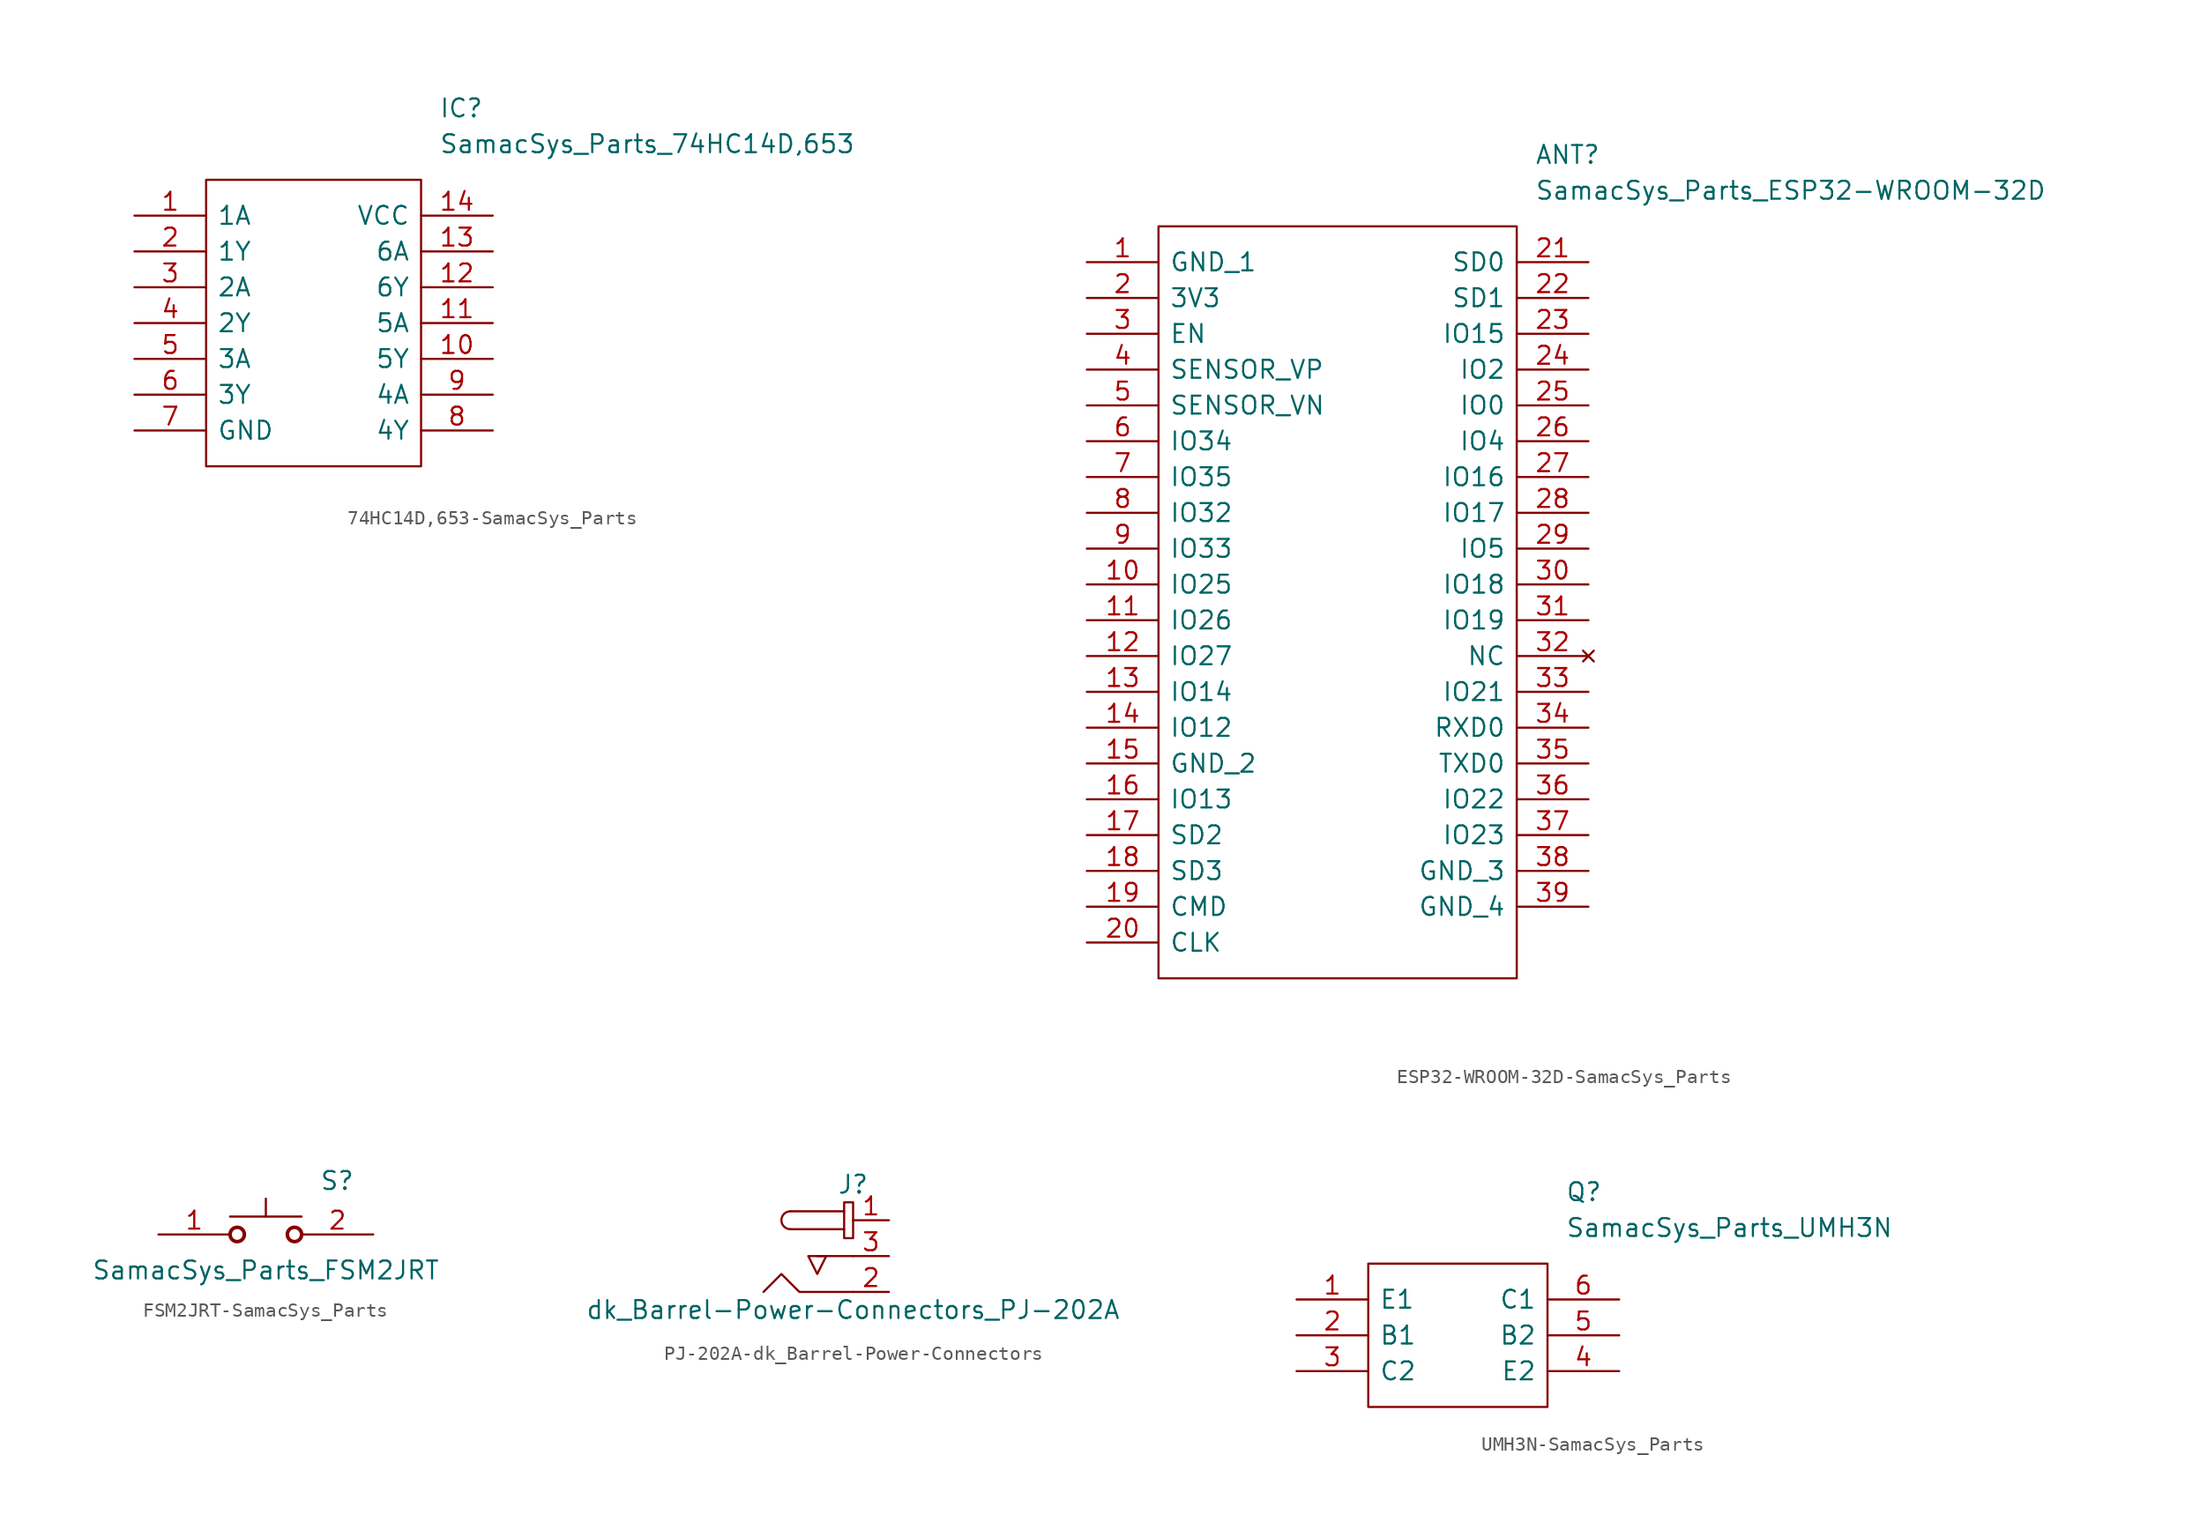
<source format=kicad_sym>
(kicad_symbol_lib
  (version 20220914)
  (generator kicad_symbol_editor)
  (symbol "74HC14D,653-SamacSys_Parts"
    (pin_names
      (offset 0.762))
    (property "Reference" "IC"
      (at 21.59 7.62 0)
      (effects (font (size 1.27 1.27)) (justify left)))
    (property "Value" "SamacSys_Parts_74HC14D,653"
      (at 21.59 5.08 0)
      (effects (font (size 1.27 1.27)) (justify left)))
    (symbol "74HC14D,653-SamacSys_Parts_0_0"
      (pin passive line (at 0 0 0) (length 5.08) (name "1A" (effects (font (size 1.27 1.27)))) (number "1" (effects (font (size 1.27 1.27)))))
      (pin passive line (at 25.4 -10.16 180) (length 5.08) (name "5Y" (effects (font (size 1.27 1.27)))) (number "10" (effects (font (size 1.27 1.27)))))
      (pin passive line (at 25.4 -7.62 180) (length 5.08) (name "5A" (effects (font (size 1.27 1.27)))) (number "11" (effects (font (size 1.27 1.27)))))
      (pin passive line (at 25.4 -5.08 180) (length 5.08) (name "6Y" (effects (font (size 1.27 1.27)))) (number "12" (effects (font (size 1.27 1.27)))))
      (pin passive line (at 25.4 -2.54 180) (length 5.08) (name "6A" (effects (font (size 1.27 1.27)))) (number "13" (effects (font (size 1.27 1.27)))))
      (pin passive line (at 25.4 0 180) (length 5.08) (name "VCC" (effects (font (size 1.27 1.27)))) (number "14" (effects (font (size 1.27 1.27)))))
      (pin passive line (at 0 -2.54 0) (length 5.08) (name "1Y" (effects (font (size 1.27 1.27)))) (number "2" (effects (font (size 1.27 1.27)))))
      (pin passive line (at 0 -5.08 0) (length 5.08) (name "2A" (effects (font (size 1.27 1.27)))) (number "3" (effects (font (size 1.27 1.27)))))
      (pin passive line (at 0 -7.62 0) (length 5.08) (name "2Y" (effects (font (size 1.27 1.27)))) (number "4" (effects (font (size 1.27 1.27)))))
      (pin passive line (at 0 -10.16 0) (length 5.08) (name "3A" (effects (font (size 1.27 1.27)))) (number "5" (effects (font (size 1.27 1.27)))))
      (pin passive line (at 0 -12.7 0) (length 5.08) (name "3Y" (effects (font (size 1.27 1.27)))) (number "6" (effects (font (size 1.27 1.27)))))
      (pin passive line (at 0 -15.24 0) (length 5.08) (name "GND" (effects (font (size 1.27 1.27)))) (number "7" (effects (font (size 1.27 1.27)))))
      (pin passive line (at 25.4 -15.24 180) (length 5.08) (name "4Y" (effects (font (size 1.27 1.27)))) (number "8" (effects (font (size 1.27 1.27)))))
      (pin passive line (at 25.4 -12.7 180) (length 5.08) (name "4A" (effects (font (size 1.27 1.27)))) (number "9" (effects (font (size 1.27 1.27))))))
    (symbol "74HC14D,653-SamacSys_Parts_0_1"
      (polyline (pts (xy 5.08 2.54) (xy 20.32 2.54) (xy 20.32 -17.78) (xy 5.08 -17.78) (xy 5.08 2.54)) (stroke (width 0.152) (type solid)) (fill (type none)))))
  (symbol "ESP32-WROOM-32D-SamacSys_Parts"
    (pin_names
      (offset 0.762))
    (property "Reference" "ANT"
      (at 31.75 7.62 0)
      (effects (font (size 1.27 1.27)) (justify left)))
    (property "Value" "SamacSys_Parts_ESP32-WROOM-32D"
      (at 31.75 5.08 0)
      (effects (font (size 1.27 1.27)) (justify left)))
    (symbol "ESP32-WROOM-32D-SamacSys_Parts_0_0"
      (pin passive line (at 0 0 0) (length 5.08) (name "GND_1" (effects (font (size 1.27 1.27)))) (number "1" (effects (font (size 1.27 1.27)))))
      (pin passive line (at 0 -22.86 0) (length 5.08) (name "IO25" (effects (font (size 1.27 1.27)))) (number "10" (effects (font (size 1.27 1.27)))))
      (pin passive line (at 0 -25.4 0) (length 5.08) (name "IO26" (effects (font (size 1.27 1.27)))) (number "11" (effects (font (size 1.27 1.27)))))
      (pin passive line (at 0 -27.94 0) (length 5.08) (name "IO27" (effects (font (size 1.27 1.27)))) (number "12" (effects (font (size 1.27 1.27)))))
      (pin passive line (at 0 -30.48 0) (length 5.08) (name "IO14" (effects (font (size 1.27 1.27)))) (number "13" (effects (font (size 1.27 1.27)))))
      (pin passive line (at 0 -33.02 0) (length 5.08) (name "IO12" (effects (font (size 1.27 1.27)))) (number "14" (effects (font (size 1.27 1.27)))))
      (pin passive line (at 0 -35.56 0) (length 5.08) (name "GND_2" (effects (font (size 1.27 1.27)))) (number "15" (effects (font (size 1.27 1.27)))))
      (pin passive line (at 0 -38.1 0) (length 5.08) (name "IO13" (effects (font (size 1.27 1.27)))) (number "16" (effects (font (size 1.27 1.27)))))
      (pin passive line (at 0 -40.64 0) (length 5.08) (name "SD2" (effects (font (size 1.27 1.27)))) (number "17" (effects (font (size 1.27 1.27)))))
      (pin passive line (at 0 -43.18 0) (length 5.08) (name "SD3" (effects (font (size 1.27 1.27)))) (number "18" (effects (font (size 1.27 1.27)))))
      (pin passive line (at 0 -45.72 0) (length 5.08) (name "CMD" (effects (font (size 1.27 1.27)))) (number "19" (effects (font (size 1.27 1.27)))))
      (pin passive line (at 0 -2.54 0) (length 5.08) (name "3V3" (effects (font (size 1.27 1.27)))) (number "2" (effects (font (size 1.27 1.27)))))
      (pin passive line (at 0 -48.26 0) (length 5.08) (name "CLK" (effects (font (size 1.27 1.27)))) (number "20" (effects (font (size 1.27 1.27)))))
      (pin passive line (at 35.56 0 180) (length 5.08) (name "SD0" (effects (font (size 1.27 1.27)))) (number "21" (effects (font (size 1.27 1.27)))))
      (pin passive line (at 35.56 -2.54 180) (length 5.08) (name "SD1" (effects (font (size 1.27 1.27)))) (number "22" (effects (font (size 1.27 1.27)))))
      (pin passive line (at 35.56 -5.08 180) (length 5.08) (name "IO15" (effects (font (size 1.27 1.27)))) (number "23" (effects (font (size 1.27 1.27)))))
      (pin passive line (at 35.56 -7.62 180) (length 5.08) (name "IO2" (effects (font (size 1.27 1.27)))) (number "24" (effects (font (size 1.27 1.27)))))
      (pin passive line (at 35.56 -10.16 180) (length 5.08) (name "IO0" (effects (font (size 1.27 1.27)))) (number "25" (effects (font (size 1.27 1.27)))))
      (pin passive line (at 35.56 -12.7 180) (length 5.08) (name "IO4" (effects (font (size 1.27 1.27)))) (number "26" (effects (font (size 1.27 1.27)))))
      (pin passive line (at 35.56 -15.24 180) (length 5.08) (name "IO16" (effects (font (size 1.27 1.27)))) (number "27" (effects (font (size 1.27 1.27)))))
      (pin passive line (at 35.56 -17.78 180) (length 5.08) (name "IO17" (effects (font (size 1.27 1.27)))) (number "28" (effects (font (size 1.27 1.27)))))
      (pin passive line (at 35.56 -20.32 180) (length 5.08) (name "IO5" (effects (font (size 1.27 1.27)))) (number "29" (effects (font (size 1.27 1.27)))))
      (pin passive line (at 0 -5.08 0) (length 5.08) (name "EN" (effects (font (size 1.27 1.27)))) (number "3" (effects (font (size 1.27 1.27)))))
      (pin passive line (at 35.56 -22.86 180) (length 5.08) (name "IO18" (effects (font (size 1.27 1.27)))) (number "30" (effects (font (size 1.27 1.27)))))
      (pin passive line (at 35.56 -25.4 180) (length 5.08) (name "IO19" (effects (font (size 1.27 1.27)))) (number "31" (effects (font (size 1.27 1.27)))))
      (pin no_connect line (at 35.56 -27.94 180) (length 5.08) (name "NC" (effects (font (size 1.27 1.27)))) (number "32" (effects (font (size 1.27 1.27)))))
      (pin passive line (at 35.56 -30.48 180) (length 5.08) (name "IO21" (effects (font (size 1.27 1.27)))) (number "33" (effects (font (size 1.27 1.27)))))
      (pin passive line (at 35.56 -33.02 180) (length 5.08) (name "RXD0" (effects (font (size 1.27 1.27)))) (number "34" (effects (font (size 1.27 1.27)))))
      (pin passive line (at 35.56 -35.56 180) (length 5.08) (name "TXD0" (effects (font (size 1.27 1.27)))) (number "35" (effects (font (size 1.27 1.27)))))
      (pin passive line (at 35.56 -38.1 180) (length 5.08) (name "IO22" (effects (font (size 1.27 1.27)))) (number "36" (effects (font (size 1.27 1.27)))))
      (pin passive line (at 35.56 -40.64 180) (length 5.08) (name "IO23" (effects (font (size 1.27 1.27)))) (number "37" (effects (font (size 1.27 1.27)))))
      (pin passive line (at 35.56 -43.18 180) (length 5.08) (name "GND_3" (effects (font (size 1.27 1.27)))) (number "38" (effects (font (size 1.27 1.27)))))
      (pin passive line (at 35.56 -45.72 180) (length 5.08) (name "GND_4" (effects (font (size 1.27 1.27)))) (number "39" (effects (font (size 1.27 1.27)))))
      (pin passive line (at 0 -7.62 0) (length 5.08) (name "SENSOR_VP" (effects (font (size 1.27 1.27)))) (number "4" (effects (font (size 1.27 1.27)))))
      (pin passive line (at 0 -10.16 0) (length 5.08) (name "SENSOR_VN" (effects (font (size 1.27 1.27)))) (number "5" (effects (font (size 1.27 1.27)))))
      (pin passive line (at 0 -12.7 0) (length 5.08) (name "IO34" (effects (font (size 1.27 1.27)))) (number "6" (effects (font (size 1.27 1.27)))))
      (pin passive line (at 0 -15.24 0) (length 5.08) (name "IO35" (effects (font (size 1.27 1.27)))) (number "7" (effects (font (size 1.27 1.27)))))
      (pin passive line (at 0 -17.78 0) (length 5.08) (name "IO32" (effects (font (size 1.27 1.27)))) (number "8" (effects (font (size 1.27 1.27)))))
      (pin passive line (at 0 -20.32 0) (length 5.08) (name "IO33" (effects (font (size 1.27 1.27)))) (number "9" (effects (font (size 1.27 1.27))))))
    (symbol "ESP32-WROOM-32D-SamacSys_Parts_0_1"
      (polyline (pts (xy 5.08 2.54) (xy 30.48 2.54) (xy 30.48 -50.8) (xy 5.08 -50.8) (xy 5.08 2.54)) (stroke (width 0.152) (type solid)) (fill (type none)))))
  (symbol "FSM2JRT-SamacSys_Parts"
    (pin_names
      (offset 0.762))
    (property "Reference" "S"
      (at 11.43 3.81 0)
      (effects (font (size 1.27 1.27)) (justify left)))
    (property "Value" "SamacSys_Parts_FSM2JRT"
      (at 7.62 -2.54 0)
      (effects (font (size 1.27 1.27))))
    (symbol "FSM2JRT-SamacSys_Parts_0_0"
      (pin passive line (at 0 0 0) (length 5.08) (name "~" (effects (font (size 1.27 1.27)))) (number "1" (effects (font (size 1.27 1.27)))))
      (pin passive line (at 15.24 0 180) (length 5.08) (name "~" (effects (font (size 1.27 1.27)))) (number "2" (effects (font (size 1.27 1.27))))))
    (symbol "FSM2JRT-SamacSys_Parts_0_1"
      (polyline (pts (xy 5.08 1.27) (xy 10.16 1.27)) (stroke (width 0.152) (type solid)) (fill (type none)))
      (polyline (pts (xy 7.62 1.27) (xy 7.62 2.54)) (stroke (width 0.152) (type solid)) (fill (type none)))
      (circle (center 5.588 0) (radius 0.508) (stroke (width 0.254) (type solid)) (fill (type none)))
      (circle (center 9.652 0) (radius 0.508) (stroke (width 0.254) (type solid)) (fill (type none)))))
  (symbol "PJ-202A-dk_Barrel-Power-Connectors"
    (pin_names
      (offset 1.016))
    (property "Reference" "J"
      (at 0 2.54 0)
      (effects (font (size 1.27 1.27))))
    (property "Value" "dk_Barrel-Power-Connectors_PJ-202A"
      (at 0 -6.35 0)
      (effects (font (size 1.27 1.27))))
    (symbol "PJ-202A-dk_Barrel-Power-Connectors_1_1"
      (arc (start -4.445 0.635) (mid -5.08 0) (end -4.445 -0.635) (stroke (width 0) (type solid)) (fill (type none)))
      (rectangle (start -0.635 1.27) (end 0 -1.27) (stroke (width 0) (type solid)) (fill (type none)))
      (polyline (pts (xy -0.635 -0.635) (xy -4.445 -0.635)) (stroke (width 0) (type solid)) (fill (type none)))
      (polyline (pts (xy -0.635 0.635) (xy -4.445 0.635)) (stroke (width 0) (type solid)) (fill (type none)))
      (polyline (pts (xy 0 -2.54) (xy -1.27 -2.54) (xy -2.54 -2.54)) (stroke (width 0) (type solid)) (fill (type none)))
      (polyline (pts (xy 0 -5.08) (xy -3.81 -5.08) (xy -5.08 -3.81) (xy -6.35 -5.08)) (stroke (width 0) (type solid)) (fill (type none)))
      (polyline (pts (xy -2.54 -2.54) (xy -3.175 -2.54) (xy -2.54 -3.81) (xy -1.905 -2.54) (xy -2.54 -2.54)) (stroke (width 0) (type solid)) (fill (type none)))
      (pin passive line (at 2.54 0 180) (length 2.54) (name "~" (effects (font (size 1.27 1.27)))) (number "1" (effects (font (size 1.27 1.27)))))
      (pin passive line (at 2.54 -5.08 180) (length 2.54) (name "~" (effects (font (size 1.27 1.27)))) (number "2" (effects (font (size 1.27 1.27)))))
      (pin passive line (at 2.54 -2.54 180) (length 2.54) (name "~" (effects (font (size 1.27 1.27)))) (number "3" (effects (font (size 1.27 1.27)))))))
  (symbol "UMH3N-SamacSys_Parts"
    (pin_names
      (offset 0.762))
    (property "Reference" "Q"
      (at 19.05 7.62 0)
      (effects (font (size 1.27 1.27)) (justify left)))
    (property "Value" "SamacSys_Parts_UMH3N"
      (at 19.05 5.08 0)
      (effects (font (size 1.27 1.27)) (justify left)))
    (symbol "UMH3N-SamacSys_Parts_0_0"
      (pin passive line (at 0 0 0) (length 5.08) (name "E1" (effects (font (size 1.27 1.27)))) (number "1" (effects (font (size 1.27 1.27)))))
      (pin passive line (at 0 -2.54 0) (length 5.08) (name "B1" (effects (font (size 1.27 1.27)))) (number "2" (effects (font (size 1.27 1.27)))))
      (pin passive line (at 0 -5.08 0) (length 5.08) (name "C2" (effects (font (size 1.27 1.27)))) (number "3" (effects (font (size 1.27 1.27)))))
      (pin passive line (at 22.86 -5.08 180) (length 5.08) (name "E2" (effects (font (size 1.27 1.27)))) (number "4" (effects (font (size 1.27 1.27)))))
      (pin passive line (at 22.86 -2.54 180) (length 5.08) (name "B2" (effects (font (size 1.27 1.27)))) (number "5" (effects (font (size 1.27 1.27)))))
      (pin passive line (at 22.86 0 180) (length 5.08) (name "C1" (effects (font (size 1.27 1.27)))) (number "6" (effects (font (size 1.27 1.27))))))
    (symbol "UMH3N-SamacSys_Parts_0_1"
      (polyline (pts (xy 5.08 2.54) (xy 17.78 2.54) (xy 17.78 -7.62) (xy 5.08 -7.62) (xy 5.08 2.54)) (stroke (width 0.152) (type solid)) (fill (type none))))))
</source>
